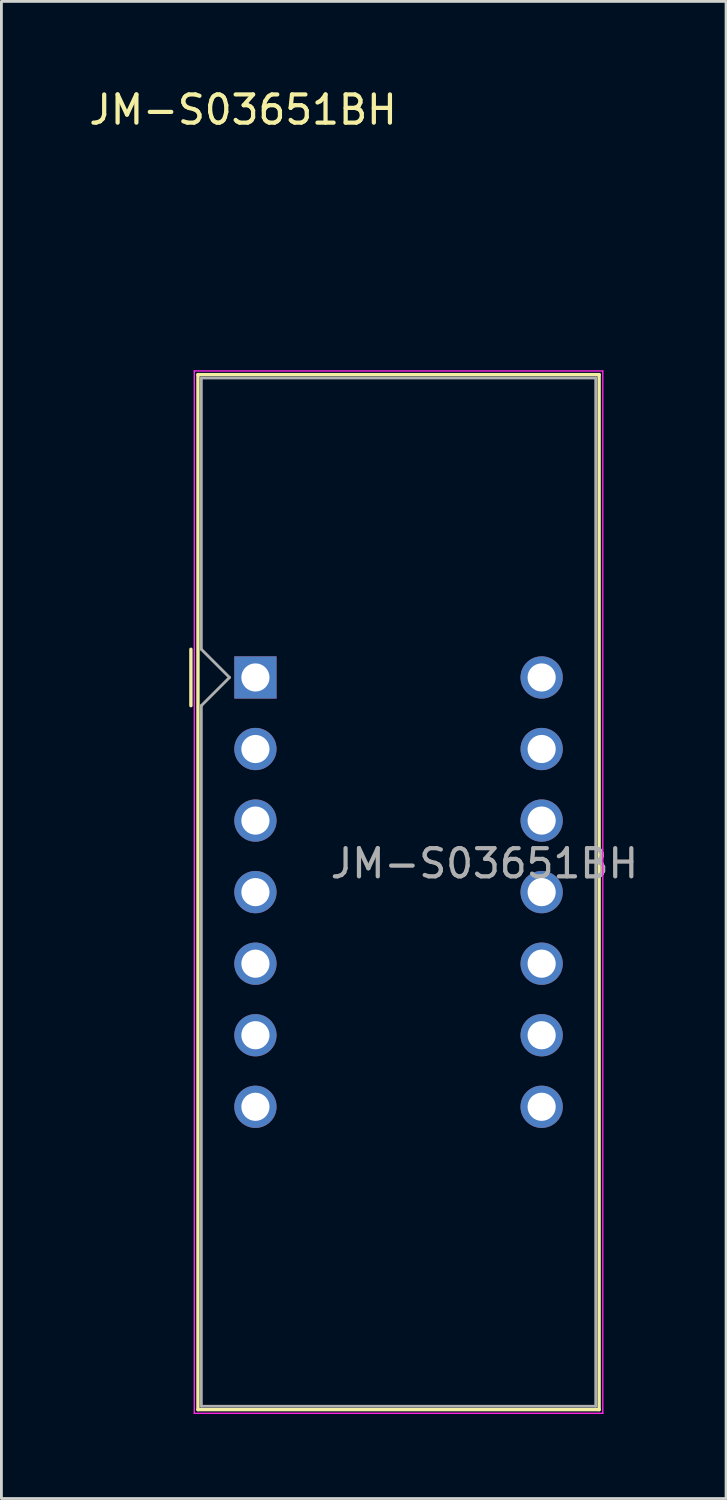
<source format=kicad_pcb>
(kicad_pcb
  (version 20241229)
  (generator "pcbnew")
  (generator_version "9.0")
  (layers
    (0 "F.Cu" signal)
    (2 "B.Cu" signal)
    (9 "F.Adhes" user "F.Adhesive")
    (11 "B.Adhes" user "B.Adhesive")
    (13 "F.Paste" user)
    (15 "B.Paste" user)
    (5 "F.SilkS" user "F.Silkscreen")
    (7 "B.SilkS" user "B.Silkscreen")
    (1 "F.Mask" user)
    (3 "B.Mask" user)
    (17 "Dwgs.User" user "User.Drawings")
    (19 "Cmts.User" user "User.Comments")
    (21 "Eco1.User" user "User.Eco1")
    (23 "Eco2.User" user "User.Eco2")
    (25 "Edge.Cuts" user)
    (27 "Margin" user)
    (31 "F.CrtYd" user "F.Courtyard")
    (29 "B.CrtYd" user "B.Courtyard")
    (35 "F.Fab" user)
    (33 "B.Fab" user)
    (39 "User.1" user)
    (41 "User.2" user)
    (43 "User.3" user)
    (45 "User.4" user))
  (footprint "JM-S03651BH"
    (layer "F.Cu")
    (at 6.017 20.998)
    (property "Reference" "JM-S03651BH" (at -0.44 -20.15 0) (layer "F.SilkS") (effects (font (size 1 1) (thickness 0.15))))
    (attr through_hole)
    (fp_line (start -2.29 -1) (end -2.29 1) (stroke (width 0.12) (type solid)) (layer "F.SilkS"))
    (fp_line (start -2.04 -10.75) (end -2.04 25.99) (stroke (width 0.12) (type solid)) (layer "F.SilkS"))
    (fp_line (start -2.04 -10.75) (end 12.2 -10.75) (stroke (width 0.12) (type solid)) (layer "F.SilkS"))
    (fp_line (start -2.04 25.99) (end 12.2 25.99) (stroke (width 0.12) (type solid)) (layer "F.SilkS"))
    (fp_line (start 12.2 25.99) (end 12.2 -10.75) (stroke (width 0.12) (type solid)) (layer "F.SilkS"))
    (fp_line (start -2.17 -10.88) (end 12.33 -10.88) (stroke (width 0.05) (type solid)) (layer "F.CrtYd"))
    (fp_line (start -2.17 26.12) (end -2.17 -10.88) (stroke (width 0.05) (type solid)) (layer "F.CrtYd"))
    (fp_line (start 12.33 -10.88) (end 12.33 26.12) (stroke (width 0.05) (type solid)) (layer "F.CrtYd"))
    (fp_line (start 12.33 26.12) (end -2.17 26.12) (stroke (width 0.05) (type solid)) (layer "F.CrtYd"))
    (fp_line (start -1.92 -10.63) (end 12.08 -10.63) (stroke (width 0.1) (type solid)) (layer "F.Fab"))
    (fp_line (start -1.92 -1) (end -1.92 -10.63) (stroke (width 0.1) (type solid)) (layer "F.Fab"))
    (fp_line (start -1.92 1) (end -1.92 25.87) (stroke (width 0.1) (type solid)) (layer "F.Fab"))
    (fp_line (start -1.92 1) (end -0.92 0) (stroke (width 0.1) (type solid)) (layer "F.Fab"))
    (fp_line (start -1.92 25.87) (end 12.08 25.87) (stroke (width 0.1) (type solid)) (layer "F.Fab"))
    (fp_line (start -0.92 0) (end -1.92 -1) (stroke (width 0.1) (type solid)) (layer "F.Fab"))
    (fp_line (start 12.08 -10.63) (end 12.08 25.87) (stroke (width 0.1) (type solid)) (layer "F.Fab"))
    (fp_text user "${REFERENCE}" (at 8.128 6.604 0) (layer "F.Fab") (effects (font (size 1 1) (thickness 0.15))))
    (pad "1" thru_hole rect (at 0 0) (size 1.5 1.5) (drill 1) (layers "*.Cu" "*.Mask"))
    (pad "2" thru_hole circle (at 0 2.54) (size 1.5 1.5) (drill 1) (layers "*.Cu" "*.Mask"))
    (pad "3" thru_hole circle (at 0 5.08) (size 1.5 1.5) (drill 1) (layers "*.Cu" "*.Mask"))
    (pad "4" thru_hole circle (at 0 7.62) (size 1.5 1.5) (drill 1) (layers "*.Cu" "*.Mask"))
    (pad "5" thru_hole circle (at 0 10.16) (size 1.5 1.5) (drill 1) (layers "*.Cu" "*.Mask"))
    (pad "6" thru_hole circle (at 0 12.7) (size 1.5 1.5) (drill 1) (layers "*.Cu" "*.Mask"))
    (pad "7" thru_hole circle (at 0 15.24) (size 1.5 1.5) (drill 1) (layers "*.Cu" "*.Mask"))
    (pad "8" thru_hole circle (at 10.16 15.24) (size 1.5 1.5) (drill 1) (layers "*.Cu" "*.Mask"))
    (pad "9" thru_hole circle (at 10.16 12.7) (size 1.5 1.5) (drill 1) (layers "*.Cu" "*.Mask"))
    (pad "10" thru_hole circle (at 10.16 10.16) (size 1.5 1.5) (drill 1) (layers "*.Cu" "*.Mask"))
    (pad "11" thru_hole circle (at 10.16 7.62) (size 1.5 1.5) (drill 1) (layers "*.Cu" "*.Mask"))
    (pad "12" thru_hole circle (at 10.16 5.08) (size 1.5 1.5) (drill 1) (layers "*.Cu" "*.Mask"))
    (pad "13" thru_hole circle (at 10.16 2.54) (size 1.5 1.5) (drill 1) (layers "*.Cu" "*.Mask"))
    (pad "14" thru_hole circle (at 10.16 0) (size 1.5 1.5) (drill 1) (layers "*.Cu" "*.Mask")))
  (gr_rect
    (start -3 -3)
    (end 22.723 50.143)
    (stroke (width 0.1) (type default))
    (fill no)
    (layer "Edge.Cuts")))
</source>
